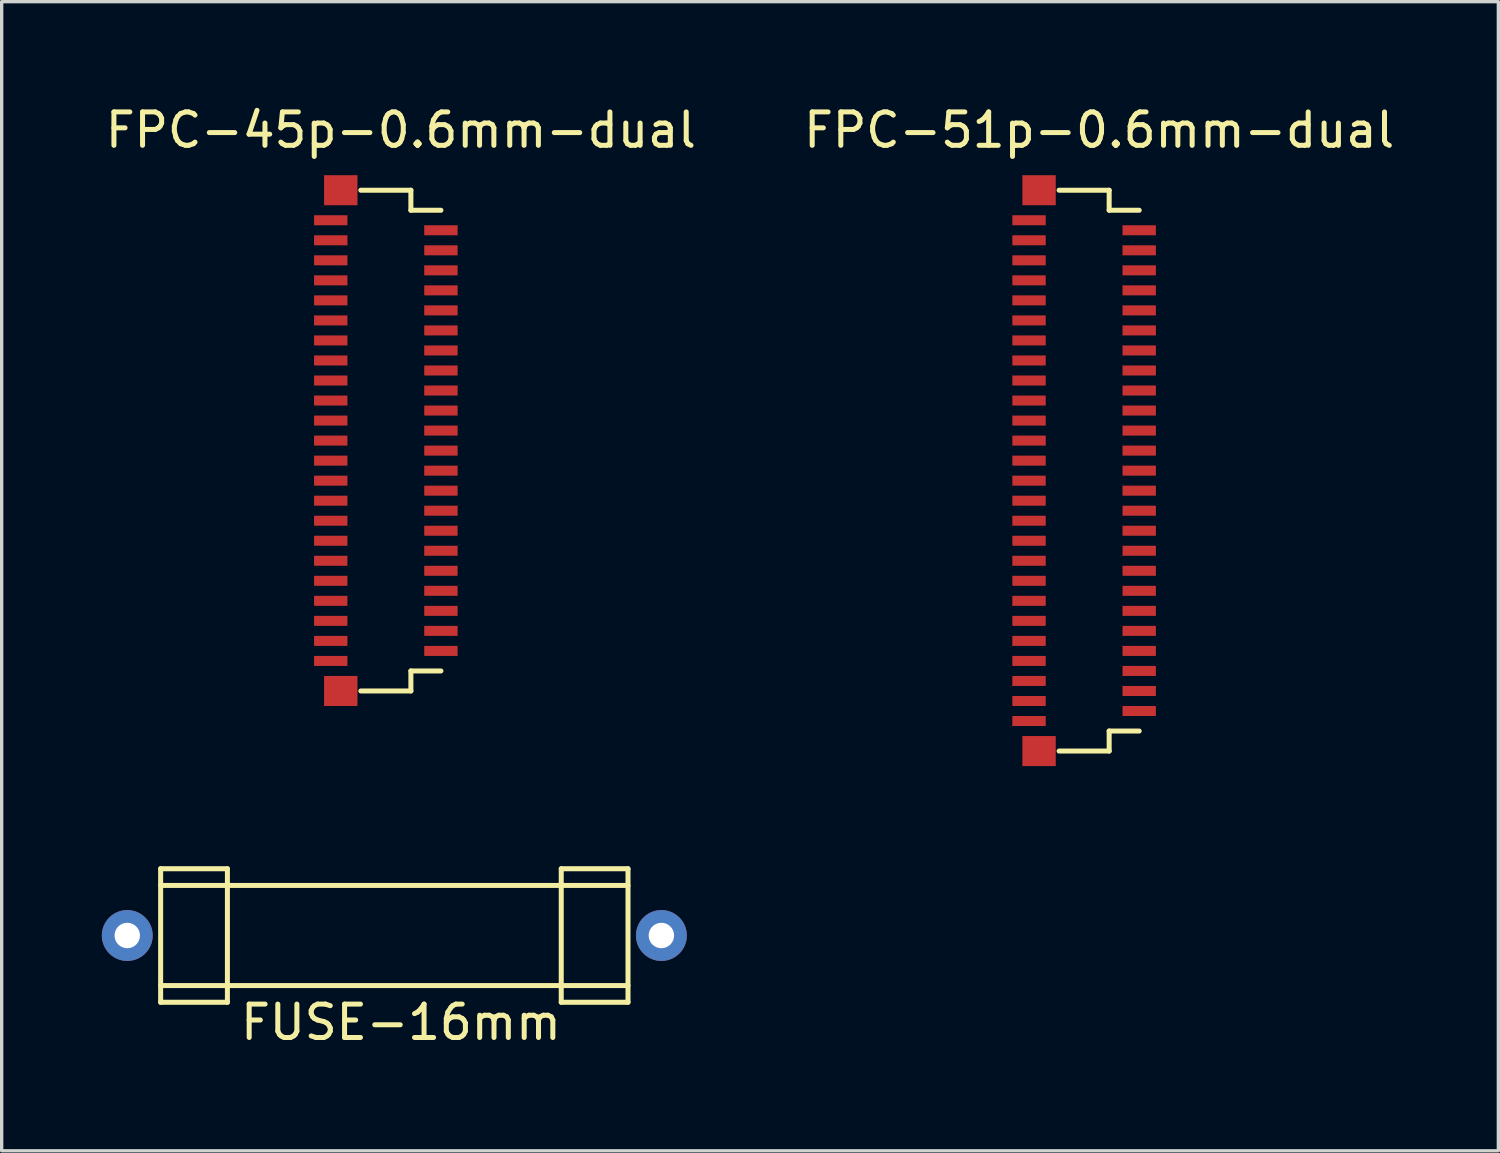
<source format=kicad_pcb>
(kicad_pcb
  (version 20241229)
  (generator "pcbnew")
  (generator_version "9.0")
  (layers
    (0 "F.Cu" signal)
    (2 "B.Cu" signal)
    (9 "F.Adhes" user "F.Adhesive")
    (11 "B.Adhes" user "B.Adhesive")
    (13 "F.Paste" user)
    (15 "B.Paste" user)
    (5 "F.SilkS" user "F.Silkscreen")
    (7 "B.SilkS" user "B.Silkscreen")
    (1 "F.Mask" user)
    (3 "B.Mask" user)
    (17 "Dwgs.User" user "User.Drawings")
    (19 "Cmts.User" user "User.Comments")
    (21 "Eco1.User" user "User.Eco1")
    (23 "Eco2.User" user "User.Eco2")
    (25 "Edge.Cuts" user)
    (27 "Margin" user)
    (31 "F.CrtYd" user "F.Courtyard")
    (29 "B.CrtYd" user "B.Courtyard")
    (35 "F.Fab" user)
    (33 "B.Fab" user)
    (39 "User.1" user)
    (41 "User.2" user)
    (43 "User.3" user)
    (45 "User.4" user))
  (footprint "FPC-51p-0.6mm-dual"
    (layer "F.Cu")
    (at 29.275 11.048)
    (property "Reference" "FPC-51p-0.6mm-dual" (at 0.6 -10.2 0) (layer "F.SilkS") (effects (font (size 1 1) (thickness 0.15))))
    (attr through_hole)
    (fp_line (start -0.6 -8.4) (end 0.9 -8.4) (stroke (width 0.15) (type solid)) (layer "F.SilkS"))
    (fp_line (start -0.6 8.4) (end 0.9 8.4) (stroke (width 0.15) (type solid)) (layer "F.SilkS"))
    (fp_line (start 0.9 -8.4) (end 0.9 -7.8) (stroke (width 0.15) (type solid)) (layer "F.SilkS"))
    (fp_line (start 0.9 -7.8) (end 1.8 -7.8) (stroke (width 0.15) (type solid)) (layer "F.SilkS"))
    (fp_line (start 0.9 7.8) (end 1.8 7.8) (stroke (width 0.15) (type solid)) (layer "F.SilkS"))
    (fp_line (start 0.9 8.4) (end 0.9 7.8) (stroke (width 0.15) (type solid)) (layer "F.SilkS"))
    (pad "" connect rect (at -1.2 -8.4 90) (size 0.9 1) (layers "F.Cu" "F.Mask"))
    (pad "" connect rect (at -1.2 8.4) (size 1 0.9) (layers "F.Cu" "F.Mask"))
    (pad "1" smd rect (at -1.5 -7.5) (size 1 0.3) (layers "F.Cu" "F.Mask" "F.Paste"))
    (pad "2" smd rect (at 1.8 -7.2) (size 1 0.3) (layers "F.Cu" "F.Mask" "F.Paste"))
    (pad "3" smd rect (at -1.5 -6.9) (size 1 0.3) (layers "F.Cu" "F.Mask" "F.Paste"))
    (pad "4" smd rect (at 1.8 -6.6) (size 1 0.3) (layers "F.Cu" "F.Mask" "F.Paste"))
    (pad "5" smd rect (at -1.5 -6.3) (size 1 0.3) (layers "F.Cu" "F.Mask" "F.Paste"))
    (pad "6" smd rect (at 1.8 -6) (size 1 0.3) (layers "F.Cu" "F.Mask" "F.Paste"))
    (pad "7" smd rect (at -1.5 -5.7) (size 1 0.3) (layers "F.Cu" "F.Mask" "F.Paste"))
    (pad "8" smd rect (at 1.8 -5.4) (size 1 0.3) (layers "F.Cu" "F.Mask" "F.Paste"))
    (pad "9" smd rect (at -1.5 -5.1) (size 1 0.3) (layers "F.Cu" "F.Mask" "F.Paste"))
    (pad "10" smd rect (at 1.8 -4.8) (size 1 0.3) (layers "F.Cu" "F.Mask" "F.Paste"))
    (pad "11" smd rect (at -1.5 -4.5) (size 1 0.3) (layers "F.Cu" "F.Mask" "F.Paste"))
    (pad "12" smd rect (at 1.8 -4.2) (size 1 0.3) (layers "F.Cu" "F.Mask" "F.Paste"))
    (pad "13" smd rect (at -1.5 -3.9) (size 1 0.3) (layers "F.Cu" "F.Mask" "F.Paste"))
    (pad "14" smd rect (at 1.8 -3.6) (size 1 0.3) (layers "F.Cu" "F.Mask" "F.Paste"))
    (pad "15" smd rect (at -1.5 -3.3) (size 1 0.3) (layers "F.Cu" "F.Mask" "F.Paste"))
    (pad "16" smd rect (at 1.8 -3) (size 1 0.3) (layers "F.Cu" "F.Mask" "F.Paste"))
    (pad "17" smd rect (at -1.5 -2.7) (size 1 0.3) (layers "F.Cu" "F.Mask" "F.Paste"))
    (pad "18" smd rect (at 1.8 -2.4) (size 1 0.3) (layers "F.Cu" "F.Mask" "F.Paste"))
    (pad "19" smd rect (at -1.5 -2.1) (size 1 0.3) (layers "F.Cu" "F.Mask" "F.Paste"))
    (pad "20" smd rect (at 1.8 -1.8) (size 1 0.3) (layers "F.Cu" "F.Mask" "F.Paste"))
    (pad "21" smd rect (at -1.5 -1.5) (size 1 0.3) (layers "F.Cu" "F.Mask" "F.Paste"))
    (pad "22" smd rect (at 1.8 -1.2) (size 1 0.3) (layers "F.Cu" "F.Mask" "F.Paste"))
    (pad "23" smd rect (at -1.5 -0.9) (size 1 0.3) (layers "F.Cu" "F.Mask" "F.Paste"))
    (pad "24" smd rect (at 1.8 -0.6) (size 1 0.3) (layers "F.Cu" "F.Mask" "F.Paste"))
    (pad "25" smd rect (at -1.5 -0.3) (size 1 0.3) (layers "F.Cu" "F.Mask" "F.Paste"))
    (pad "26" smd rect (at 1.8 0) (size 1 0.3) (layers "F.Cu" "F.Mask" "F.Paste"))
    (pad "27" smd rect (at -1.5 0.3) (size 1 0.3) (layers "F.Cu" "F.Mask" "F.Paste"))
    (pad "28" smd rect (at 1.8 0.6) (size 1 0.3) (layers "F.Cu" "F.Mask" "F.Paste"))
    (pad "29" smd rect (at -1.5 0.9) (size 1 0.3) (layers "F.Cu" "F.Mask" "F.Paste"))
    (pad "30" smd rect (at 1.8 1.2) (size 1 0.3) (layers "F.Cu" "F.Mask" "F.Paste"))
    (pad "31" smd rect (at -1.5 1.5) (size 1 0.3) (layers "F.Cu" "F.Mask" "F.Paste"))
    (pad "32" smd rect (at 1.8 1.8) (size 1 0.3) (layers "F.Cu" "F.Mask" "F.Paste"))
    (pad "33" smd rect (at -1.5 2.1) (size 1 0.3) (layers "F.Cu" "F.Mask" "F.Paste"))
    (pad "34" smd rect (at 1.8 2.4) (size 1 0.3) (layers "F.Cu" "F.Mask" "F.Paste"))
    (pad "35" smd rect (at -1.5 2.7) (size 1 0.3) (layers "F.Cu" "F.Mask" "F.Paste"))
    (pad "36" smd rect (at 1.8 3) (size 1 0.3) (layers "F.Cu" "F.Mask" "F.Paste"))
    (pad "37" smd rect (at -1.5 3.3) (size 1 0.3) (layers "F.Cu" "F.Mask" "F.Paste"))
    (pad "38" smd rect (at 1.8 3.6) (size 1 0.3) (layers "F.Cu" "F.Mask" "F.Paste"))
    (pad "39" smd rect (at -1.5 3.9) (size 1 0.3) (layers "F.Cu" "F.Mask" "F.Paste"))
    (pad "40" smd rect (at 1.8 4.2) (size 1 0.3) (layers "F.Cu" "F.Mask" "F.Paste"))
    (pad "41" smd rect (at -1.5 4.5) (size 1 0.3) (layers "F.Cu" "F.Mask" "F.Paste"))
    (pad "42" smd rect (at 1.8 4.8) (size 1 0.3) (layers "F.Cu" "F.Mask" "F.Paste"))
    (pad "43" smd rect (at -1.5 5.1) (size 1 0.3) (layers "F.Cu" "F.Mask" "F.Paste"))
    (pad "44" smd rect (at 1.8 5.4) (size 1 0.3) (layers "F.Cu" "F.Mask" "F.Paste"))
    (pad "45" smd rect (at -1.5 5.7) (size 1 0.3) (layers "F.Cu" "F.Mask" "F.Paste"))
    (pad "46" smd rect (at 1.8 6) (size 1 0.3) (layers "F.Cu" "F.Mask" "F.Paste"))
    (pad "47" smd rect (at -1.5 6.3) (size 1 0.3) (layers "F.Cu" "F.Mask" "F.Paste"))
    (pad "48" smd rect (at 1.8 6.6) (size 1 0.3) (layers "F.Cu" "F.Mask" "F.Paste"))
    (pad "49" smd rect (at -1.5 6.9) (size 1 0.3) (layers "F.Cu" "F.Mask" "F.Paste"))
    (pad "50" smd rect (at 1.8 7.2) (size 1 0.3) (layers "F.Cu" "F.Mask" "F.Paste"))
    (pad "51" smd rect (at -1.5 7.5) (size 1 0.3) (layers "F.Cu" "F.Mask" "F.Paste")))
  (footprint "FUSE-16mm"
    (layer "F.Cu")
    (at 8.762 24.973)
    (property "Reference" "FUSE-16mm" (at 0.2 2.6 0) (layer "F.SilkS") (effects (font (size 1 1) (thickness 0.15))))
    (attr through_hole)
    (fp_line (start -7 -2) (end -7 2) (stroke (width 0.15) (type solid)) (layer "F.SilkS"))
    (fp_line (start -7 -1.5) (end 7 -1.5) (stroke (width 0.15) (type solid)) (layer "F.SilkS"))
    (fp_line (start -7 2) (end -5 2) (stroke (width 0.15) (type solid)) (layer "F.SilkS"))
    (fp_line (start -5 -2) (end -7 -2) (stroke (width 0.15) (type solid)) (layer "F.SilkS"))
    (fp_line (start -5 2) (end -5 -2) (stroke (width 0.15) (type solid)) (layer "F.SilkS"))
    (fp_line (start 5 -2) (end 7 -2) (stroke (width 0.15) (type solid)) (layer "F.SilkS"))
    (fp_line (start 5 2) (end 5 -2) (stroke (width 0.15) (type solid)) (layer "F.SilkS"))
    (fp_line (start 7 -2) (end 7 2) (stroke (width 0.15) (type solid)) (layer "F.SilkS"))
    (fp_line (start 7 1.5) (end -7 1.5) (stroke (width 0.15) (type solid)) (layer "F.SilkS"))
    (fp_line (start 7 2) (end 5 2) (stroke (width 0.15) (type solid)) (layer "F.SilkS"))
    (pad "1" thru_hole circle (at -8 0) (size 1.524 1.524) (drill 0.762) (layers "*.Cu" "*.Mask"))
    (pad "2" thru_hole circle (at 8 0) (size 1.524 1.524) (drill 0.762) (layers "*.Cu" "*.Mask")))
  (footprint "FPC-45p-0.6mm-dual"
    (layer "F.Cu")
    (at 8.358 9.898)
    (property "Reference" "FPC-45p-0.6mm-dual" (at 0.6 -9.05 0) (layer "F.SilkS") (effects (font (size 1 1) (thickness 0.15))))
    (attr through_hole)
    (fp_line (start -0.6 -7.25) (end 0.9 -7.25) (stroke (width 0.15) (type solid)) (layer "F.SilkS"))
    (fp_line (start -0.6 7.75) (end 0.9 7.75) (stroke (width 0.15) (type solid)) (layer "F.SilkS"))
    (fp_line (start 0.9 -7.25) (end 0.9 -6.65) (stroke (width 0.15) (type solid)) (layer "F.SilkS"))
    (fp_line (start 0.9 -6.65) (end 1.8 -6.65) (stroke (width 0.15) (type solid)) (layer "F.SilkS"))
    (fp_line (start 0.9 7.15) (end 1.8 7.15) (stroke (width 0.15) (type solid)) (layer "F.SilkS"))
    (fp_line (start 0.9 7.75) (end 0.9 7.15) (stroke (width 0.15) (type solid)) (layer "F.SilkS"))
    (pad "" connect rect (at -1.2 -7.25 90) (size 0.9 1) (layers "F.Cu" "F.Mask"))
    (pad "" connect rect (at -1.2 7.75) (size 1 0.9) (layers "F.Cu" "F.Mask"))
    (pad "1" smd rect (at -1.5 -6.35) (size 1 0.3) (layers "F.Cu" "F.Mask" "F.Paste"))
    (pad "2" smd rect (at 1.8 -6.05) (size 1 0.3) (layers "F.Cu" "F.Mask" "F.Paste"))
    (pad "3" smd rect (at -1.5 -5.75) (size 1 0.3) (layers "F.Cu" "F.Mask" "F.Paste"))
    (pad "4" smd rect (at 1.8 -5.45) (size 1 0.3) (layers "F.Cu" "F.Mask" "F.Paste"))
    (pad "5" smd rect (at -1.5 -5.15) (size 1 0.3) (layers "F.Cu" "F.Mask" "F.Paste"))
    (pad "6" smd rect (at 1.8 -4.85) (size 1 0.3) (layers "F.Cu" "F.Mask" "F.Paste"))
    (pad "7" smd rect (at -1.5 -4.55) (size 1 0.3) (layers "F.Cu" "F.Mask" "F.Paste"))
    (pad "8" smd rect (at 1.8 -4.25) (size 1 0.3) (layers "F.Cu" "F.Mask" "F.Paste"))
    (pad "9" smd rect (at -1.5 -3.95) (size 1 0.3) (layers "F.Cu" "F.Mask" "F.Paste"))
    (pad "10" smd rect (at 1.8 -3.65) (size 1 0.3) (layers "F.Cu" "F.Mask" "F.Paste"))
    (pad "11" smd rect (at -1.5 -3.35) (size 1 0.3) (layers "F.Cu" "F.Mask" "F.Paste"))
    (pad "12" smd rect (at 1.8 -3.05) (size 1 0.3) (layers "F.Cu" "F.Mask" "F.Paste"))
    (pad "13" smd rect (at -1.5 -2.75) (size 1 0.3) (layers "F.Cu" "F.Mask" "F.Paste"))
    (pad "14" smd rect (at 1.8 -2.45) (size 1 0.3) (layers "F.Cu" "F.Mask" "F.Paste"))
    (pad "15" smd rect (at -1.5 -2.15) (size 1 0.3) (layers "F.Cu" "F.Mask" "F.Paste"))
    (pad "16" smd rect (at 1.8 -1.85) (size 1 0.3) (layers "F.Cu" "F.Mask" "F.Paste"))
    (pad "17" smd rect (at -1.5 -1.55) (size 1 0.3) (layers "F.Cu" "F.Mask" "F.Paste"))
    (pad "18" smd rect (at 1.8 -1.25) (size 1 0.3) (layers "F.Cu" "F.Mask" "F.Paste"))
    (pad "19" smd rect (at -1.5 -0.95) (size 1 0.3) (layers "F.Cu" "F.Mask" "F.Paste"))
    (pad "20" smd rect (at 1.8 -0.65) (size 1 0.3) (layers "F.Cu" "F.Mask" "F.Paste"))
    (pad "21" smd rect (at -1.5 -0.35) (size 1 0.3) (layers "F.Cu" "F.Mask" "F.Paste"))
    (pad "22" smd rect (at 1.8 -0.05) (size 1 0.3) (layers "F.Cu" "F.Mask" "F.Paste"))
    (pad "23" smd rect (at -1.5 0.25) (size 1 0.3) (layers "F.Cu" "F.Mask" "F.Paste"))
    (pad "24" smd rect (at 1.8 0.55) (size 1 0.3) (layers "F.Cu" "F.Mask" "F.Paste"))
    (pad "25" smd rect (at -1.5 0.85) (size 1 0.3) (layers "F.Cu" "F.Mask" "F.Paste"))
    (pad "26" smd rect (at 1.8 1.15) (size 1 0.3) (layers "F.Cu" "F.Mask" "F.Paste"))
    (pad "27" smd rect (at -1.5 1.45) (size 1 0.3) (layers "F.Cu" "F.Mask" "F.Paste"))
    (pad "28" smd rect (at 1.8 1.75) (size 1 0.3) (layers "F.Cu" "F.Mask" "F.Paste"))
    (pad "29" smd rect (at -1.5 2.05) (size 1 0.3) (layers "F.Cu" "F.Mask" "F.Paste"))
    (pad "30" smd rect (at 1.8 2.35) (size 1 0.3) (layers "F.Cu" "F.Mask" "F.Paste"))
    (pad "31" smd rect (at -1.5 2.65) (size 1 0.3) (layers "F.Cu" "F.Mask" "F.Paste"))
    (pad "32" smd rect (at 1.8 2.95) (size 1 0.3) (layers "F.Cu" "F.Mask" "F.Paste"))
    (pad "33" smd rect (at -1.5 3.25) (size 1 0.3) (layers "F.Cu" "F.Mask" "F.Paste"))
    (pad "34" smd rect (at 1.8 3.55) (size 1 0.3) (layers "F.Cu" "F.Mask" "F.Paste"))
    (pad "35" smd rect (at -1.5 3.85) (size 1 0.3) (layers "F.Cu" "F.Mask" "F.Paste"))
    (pad "36" smd rect (at 1.8 4.15) (size 1 0.3) (layers "F.Cu" "F.Mask" "F.Paste"))
    (pad "37" smd rect (at -1.5 4.45) (size 1 0.3) (layers "F.Cu" "F.Mask" "F.Paste"))
    (pad "38" smd rect (at 1.8 4.75) (size 1 0.3) (layers "F.Cu" "F.Mask" "F.Paste"))
    (pad "39" smd rect (at -1.5 5.05) (size 1 0.3) (layers "F.Cu" "F.Mask" "F.Paste"))
    (pad "40" smd rect (at 1.8 5.35) (size 1 0.3) (layers "F.Cu" "F.Mask" "F.Paste"))
    (pad "41" smd rect (at -1.5 5.65) (size 1 0.3) (layers "F.Cu" "F.Mask" "F.Paste"))
    (pad "42" smd rect (at 1.8 5.95) (size 1 0.3) (layers "F.Cu" "F.Mask" "F.Paste"))
    (pad "43" smd rect (at -1.5 6.25) (size 1 0.3) (layers "F.Cu" "F.Mask" "F.Paste"))
    (pad "44" smd rect (at 1.8 6.55) (size 1 0.3) (layers "F.Cu" "F.Mask" "F.Paste"))
    (pad "45" smd rect (at -1.5 6.85) (size 1 0.3) (layers "F.Cu" "F.Mask" "F.Paste")))
  (gr_rect
    (start -3 -3)
    (end 41.833 31.422)
    (stroke (width 0.1) (type default))
    (fill no)
    (layer "Edge.Cuts")))
</source>
